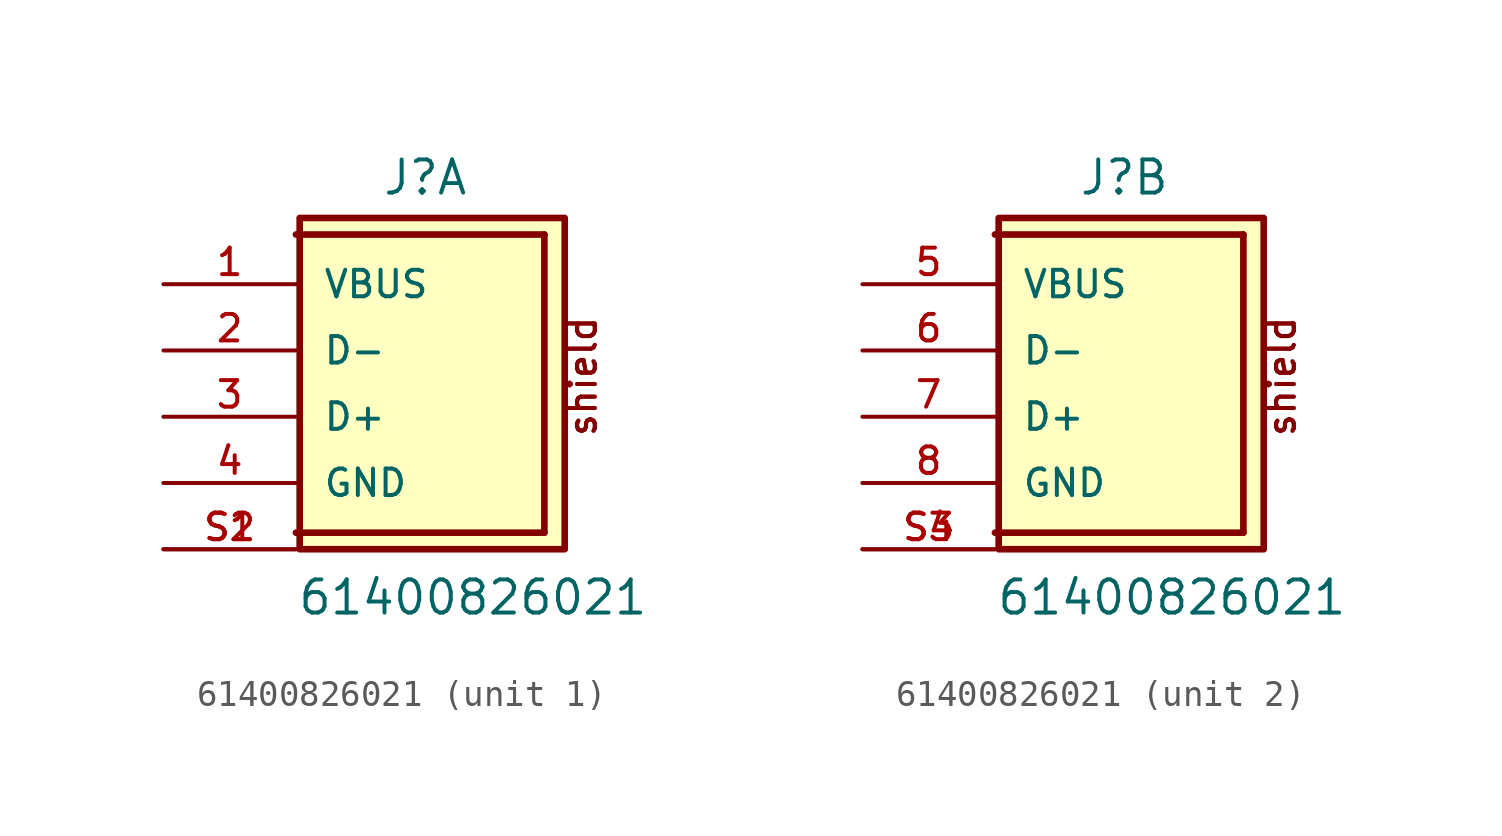
<source format=kicad_sym>
(kicad_symbol_lib
  (version 20211014)
  (generator kicad_symbol_editor)
  (symbol "61400826021"
    (pin_names
      (offset 1.016))
    (property "Reference" "J"
      (at -0.12 5.89 0)
      (effects (font (size 1.27 1.27)) (justify bottom)))
    (property "Value" "61400826021"
      (at -5.05 -10.21 0)
      (effects (font (size 1.27 1.27)) (justify bottom left)))
    (symbol "61400826021_1_0"
      (text "shield" (at 6.51 -3.37 900) (effects (font (size 1.016 1.016)) (justify bottom left)))
      (text "shield" (at 6.51 -3.37 900) (effects (font (size 1.016 1.016)) (justify bottom left)))
      (polyline (pts (xy -5.08 4.445) (xy 4.445 4.445)) (stroke (width 0.254)))
      (polyline (pts (xy 4.445 -6.985) (xy -5.08 -6.985)) (stroke (width 0.254)))
      (polyline (pts (xy 4.445 4.445) (xy 4.445 -6.985)) (stroke (width 0.254)))
      (rectangle (start -4.935 -7.62) (end 5.225 5.08) (stroke (width 0.254)) (fill (type background)))
      (pin passive line (at -10.16 -5.08 0) (length 5.08) (name "GND" (effects (font (size 1.016 1.016)))) (number "4" (effects (font (size 1.016 1.016)))))
      (pin passive line (at -10.16 -2.54 0) (length 5.08) (name "D+" (effects (font (size 1.016 1.016)))) (number "3" (effects (font (size 1.016 1.016)))))
      (pin passive line (at -10.16 0.0 0) (length 5.08) (name "D-" (effects (font (size 1.016 1.016)))) (number "2" (effects (font (size 1.016 1.016)))))
      (pin passive line (at -10.16 2.54 0) (length 5.08) (name "VBUS" (effects (font (size 1.016 1.016)))) (number "1" (effects (font (size 1.016 1.016)))))
      (pin passive line (at -10.16 -7.62 0) (length 5.08) (name "~" (effects (font (size 1.016 1.016)))) (number "S1" (effects (font (size 1.016 1.016)))))
      (pin passive line (at -10.16 -7.62 0) (length 5.08) (name "~" (effects (font (size 1.016 1.016)))) (number "S2" (effects (font (size 1.016 1.016))))))
    (symbol "61400826021_2_0"
      (text "shield" (at 6.51 -3.37 900) (effects (font (size 1.016 1.016)) (justify bottom left)))
      (text "shield" (at 6.51 -3.37 900) (effects (font (size 1.016 1.016)) (justify bottom left)))
      (polyline (pts (xy -5.08 4.445) (xy 4.445 4.445)) (stroke (width 0.254)))
      (polyline (pts (xy 4.445 -6.985) (xy -5.08 -6.985)) (stroke (width 0.254)))
      (polyline (pts (xy 4.445 4.445) (xy 4.445 -6.985)) (stroke (width 0.254)))
      (rectangle (start -4.935 -7.62) (end 5.225 5.08) (stroke (width 0.254)) (fill (type background)))
      (pin passive line (at -10.16 -5.08 0) (length 5.08) (name "GND" (effects (font (size 1.016 1.016)))) (number "8" (effects (font (size 1.016 1.016)))))
      (pin passive line (at -10.16 -2.54 0) (length 5.08) (name "D+" (effects (font (size 1.016 1.016)))) (number "7" (effects (font (size 1.016 1.016)))))
      (pin passive line (at -10.16 0.0 0) (length 5.08) (name "D-" (effects (font (size 1.016 1.016)))) (number "6" (effects (font (size 1.016 1.016)))))
      (pin passive line (at -10.16 2.54 0) (length 5.08) (name "VBUS" (effects (font (size 1.016 1.016)))) (number "5" (effects (font (size 1.016 1.016)))))
      (pin passive line (at -10.16 -7.62 0) (length 5.08) (name "~" (effects (font (size 1.016 1.016)))) (number "S3" (effects (font (size 1.016 1.016)))))
      (pin passive line (at -10.16 -7.62 0) (length 5.08) (name "~" (effects (font (size 1.016 1.016)))) (number "S4" (effects (font (size 1.016 1.016))))))))
</source>
